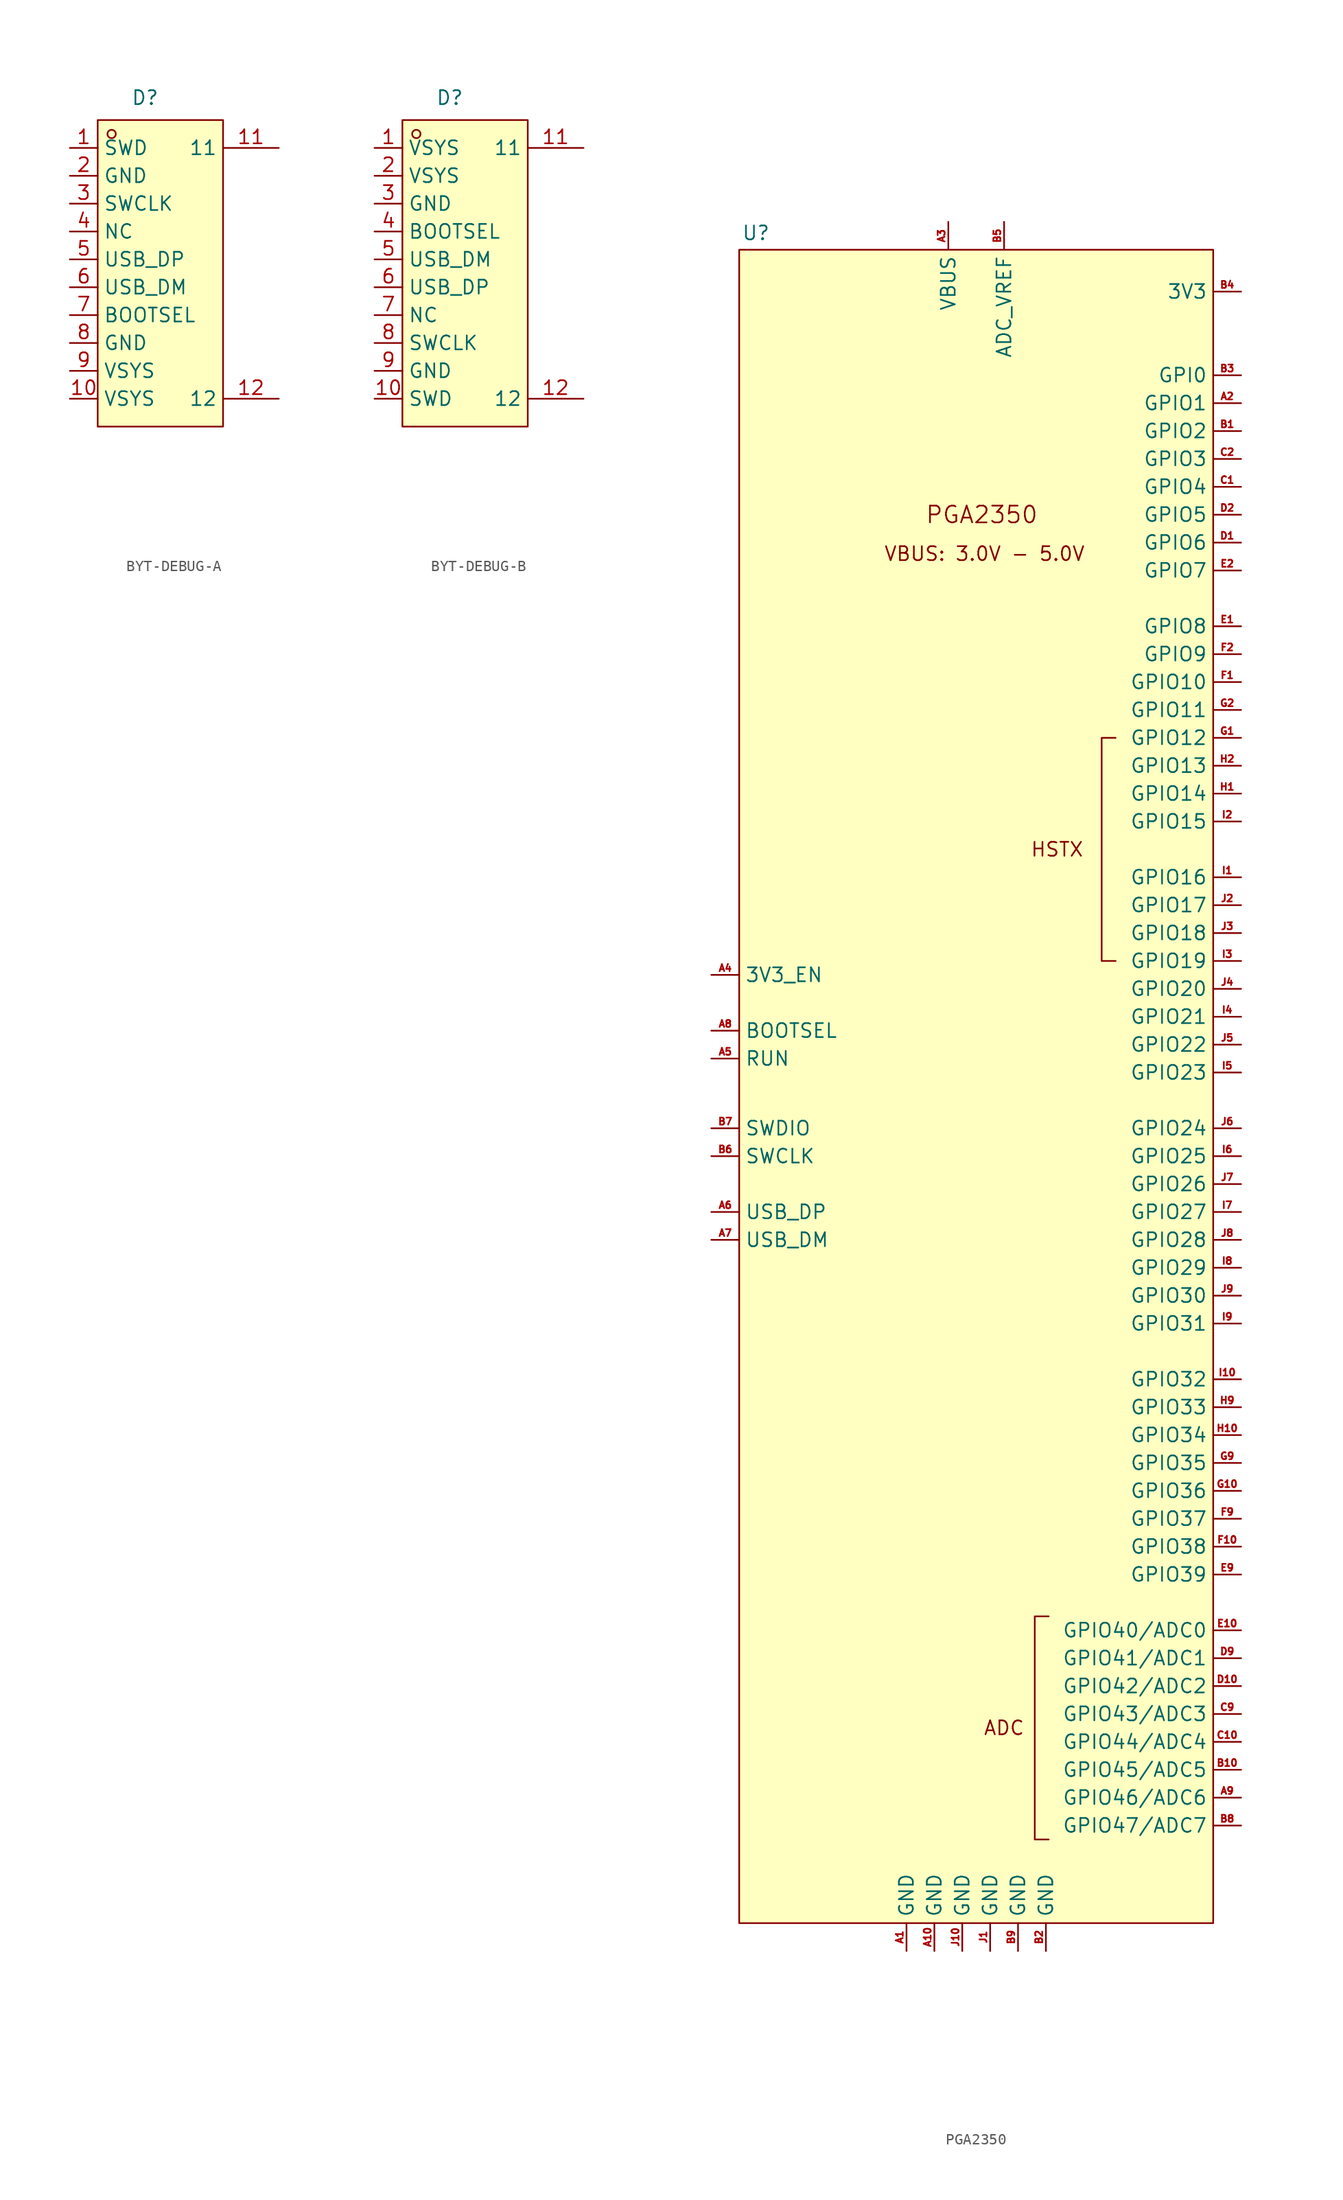
<source format=kicad_sym>
(kicad_symbol_lib
  (version 20231120)
  (generator "kicad_symbol_editor")
  (generator_version "8.0")
  (symbol "BYT-DEBUG-A"
    (property "Reference" "D"
      (at -0.762 14.732 0)
      (effects (font (size 1.27 1.27))))
    (property "Value" ""
      (at 0 -22.86 0)
      (effects (font (size 1.27 1.27))))
    (property "ki_locked" ""
      (at 0 0 0)
      (effects (font (size 1.27 1.27))))
    (symbol "BYT-DEBUG-A_0_1"
      (rectangle (start -5.08 12.7) (end 6.35 -15.24) (stroke (width 0) (type default)) (fill (type background)))
      (circle (center -3.81 11.43) (radius 0.38) (stroke (width 0) (type default)) (fill (type none)))
      (pin unspecified line (at 11.43 10.16 180) (length 5.08) (name "11" (effects (font (size 1.27 1.27)))) (number "11" (effects (font (size 1.27 1.27)))))
      (pin unspecified line (at 11.43 -12.7 180) (length 5.08) (name "12" (effects (font (size 1.27 1.27)))) (number "12" (effects (font (size 1.27 1.27))))))
    (symbol "BYT-DEBUG-A_1_1"
      (pin unspecified line (at -7.62 10.16 0) (length 2.54) (name "SWD" (effects (font (size 1.27 1.27)))) (number "1" (effects (font (size 1.27 1.27)))))
      (pin unspecified line (at -7.62 -12.7 0) (length 2.54) (name "VSYS" (effects (font (size 1.27 1.27)))) (number "10" (effects (font (size 1.27 1.27)))))
      (pin unspecified line (at -7.62 7.62 0) (length 2.54) (name "GND" (effects (font (size 1.27 1.27)))) (number "2" (effects (font (size 1.27 1.27)))))
      (pin unspecified line (at -7.62 5.08 0) (length 2.54) (name "SWCLK" (effects (font (size 1.27 1.27)))) (number "3" (effects (font (size 1.27 1.27)))))
      (pin unspecified line (at -7.62 2.54 0) (length 2.54) (name "NC" (effects (font (size 1.27 1.27)))) (number "4" (effects (font (size 1.27 1.27)))))
      (pin unspecified line (at -7.62 0 0) (length 2.54) (name "USB_DP" (effects (font (size 1.27 1.27)))) (number "5" (effects (font (size 1.27 1.27)))))
      (pin unspecified line (at -7.62 -2.54 0) (length 2.54) (name "USB_DM" (effects (font (size 1.27 1.27)))) (number "6" (effects (font (size 1.27 1.27)))))
      (pin unspecified line (at -7.62 -5.08 0) (length 2.54) (name "BOOTSEL" (effects (font (size 1.27 1.27)))) (number "7" (effects (font (size 1.27 1.27)))))
      (pin unspecified line (at -7.62 -7.62 0) (length 2.54) (name "GND" (effects (font (size 1.27 1.27)))) (number "8" (effects (font (size 1.27 1.27)))))
      (pin unspecified line (at -7.62 -10.16 0) (length 2.54) (name "VSYS" (effects (font (size 1.27 1.27)))) (number "9" (effects (font (size 1.27 1.27)))))))
  (symbol "BYT-DEBUG-B"
    (property "Reference" "D"
      (at -0.762 14.732 0)
      (effects (font (size 1.27 1.27))))
    (property "Value" ""
      (at 0 -22.86 0)
      (effects (font (size 1.27 1.27))))
    (property "ki_locked" ""
      (at 0 0 0)
      (effects (font (size 1.27 1.27))))
    (symbol "BYT-DEBUG-B_0_1"
      (rectangle (start -5.08 12.7) (end 6.35 -15.24) (stroke (width 0) (type default)) (fill (type background)))
      (circle (center -3.81 11.43) (radius 0.38) (stroke (width 0) (type default)) (fill (type none)))
      (pin unspecified line (at 11.43 10.16 180) (length 5.08) (name "11" (effects (font (size 1.27 1.27)))) (number "11" (effects (font (size 1.27 1.27)))))
      (pin unspecified line (at 11.43 -12.7 180) (length 5.08) (name "12" (effects (font (size 1.27 1.27)))) (number "12" (effects (font (size 1.27 1.27))))))
    (symbol "BYT-DEBUG-B_1_1"
      (pin unspecified line (at -7.62 10.16 0) (length 2.54) (name "VSYS" (effects (font (size 1.27 1.27)))) (number "1" (effects (font (size 1.27 1.27)))))
      (pin unspecified line (at -7.62 -12.7 0) (length 2.54) (name "SWD" (effects (font (size 1.27 1.27)))) (number "10" (effects (font (size 1.27 1.27)))))
      (pin unspecified line (at -7.62 7.62 0) (length 2.54) (name "VSYS" (effects (font (size 1.27 1.27)))) (number "2" (effects (font (size 1.27 1.27)))))
      (pin unspecified line (at -7.62 5.08 0) (length 2.54) (name "GND" (effects (font (size 1.27 1.27)))) (number "3" (effects (font (size 1.27 1.27)))))
      (pin unspecified line (at -7.62 2.54 0) (length 2.54) (name "BOOTSEL" (effects (font (size 1.27 1.27)))) (number "4" (effects (font (size 1.27 1.27)))))
      (pin unspecified line (at -7.62 0 0) (length 2.54) (name "USB_DM" (effects (font (size 1.27 1.27)))) (number "5" (effects (font (size 1.27 1.27)))))
      (pin unspecified line (at -7.62 -2.54 0) (length 2.54) (name "USB_DP" (effects (font (size 1.27 1.27)))) (number "6" (effects (font (size 1.27 1.27)))))
      (pin unspecified line (at -7.62 -5.08 0) (length 2.54) (name "NC" (effects (font (size 1.27 1.27)))) (number "7" (effects (font (size 1.27 1.27)))))
      (pin unspecified line (at -7.62 -7.62 0) (length 2.54) (name "SWCLK" (effects (font (size 1.27 1.27)))) (number "8" (effects (font (size 1.27 1.27)))))
      (pin unspecified line (at -7.62 -10.16 0) (length 2.54) (name "GND" (effects (font (size 1.27 1.27)))) (number "9" (effects (font (size 1.27 1.27)))))))
  (symbol "PGA2350"
    (property "Reference" "U"
      (at -20.066 77.724 0)
      (effects (font (size 1.27 1.27))))
    (property "Value" ""
      (at 10.414 58.166 0)
      (effects (font (size 1.27 1.27))))
    (symbol "PGA2350_0_1"
      (polyline (pts (xy 6.604 -68.58) (xy 5.334 -68.58) (xy 5.334 -48.26) (xy 6.604 -48.26)) (stroke (width 0) (type default)) (fill (type none)))
      (polyline (pts (xy 12.7 31.75) (xy 11.43 31.75) (xy 11.43 11.43) (xy 12.7 11.43)) (stroke (width 0) (type default)) (fill (type none))))
    (symbol "PGA2350_1_0"
      (pin power_in line (at -6.35 -78.74 90) (length 2.54) (name "GND" (effects (font (size 1.27 1.27)))) (number "A1" (effects (font (size 0.635 0.635)))))
      (pin power_in line (at -3.81 -78.74 90) (length 2.54) (name "GND" (effects (font (size 1.27 1.27)))) (number "A10" (effects (font (size 0.635 0.635)))))
      (pin bidirectional line (at 24.13 62.23 180) (length 2.54) (name "GPIO1" (effects (font (size 1.27 1.27)))) (number "A2" (effects (font (size 0.635 0.635)))))
      (pin power_in line (at -2.54 78.74 270) (length 2.54) (name "VBUS" (effects (font (size 1.27 1.27)))) (number "A3" (effects (font (size 0.635 0.635)))))
      (pin input line (at -24.13 10.16 0) (length 2.54) (name "3V3_EN" (effects (font (size 1.27 1.27)))) (number "A4" (effects (font (size 0.635 0.635)))))
      (pin input line (at -24.13 2.54 0) (length 2.54) (name "RUN" (effects (font (size 1.27 1.27)))) (number "A5" (effects (font (size 0.635 0.635)))))
      (pin bidirectional line (at -24.13 -11.43 0) (length 2.54) (name "USB_DP" (effects (font (size 1.27 1.27)))) (number "A6" (effects (font (size 0.635 0.635)))))
      (pin bidirectional line (at -24.13 -13.97 0) (length 2.54) (name "USB_DM" (effects (font (size 1.27 1.27)))) (number "A7" (effects (font (size 0.635 0.635)))))
      (pin input line (at -24.13 5.08 0) (length 2.54) (name "BOOTSEL" (effects (font (size 1.27 1.27)))) (number "A8" (effects (font (size 0.635 0.635)))))
      (pin bidirectional line (at 24.13 -64.77 180) (length 2.54) (name "GPIO46/ADC6" (effects (font (size 1.27 1.27)))) (number "A9" (effects (font (size 0.635 0.635)))))
      (pin bidirectional line (at 24.13 59.69 180) (length 2.54) (name "GPIO2" (effects (font (size 1.27 1.27)))) (number "B1" (effects (font (size 0.635 0.635)))))
      (pin bidirectional line (at 24.13 -62.23 180) (length 2.54) (name "GPIO45/ADC5" (effects (font (size 1.27 1.27)))) (number "B10" (effects (font (size 0.635 0.635)))))
      (pin power_in line (at 6.35 -78.74 90) (length 2.54) (name "GND" (effects (font (size 1.27 1.27)))) (number "B2" (effects (font (size 0.635 0.635)))))
      (pin power_out line (at 24.13 72.39 180) (length 2.54) (name "3V3" (effects (font (size 1.27 1.27)))) (number "B4" (effects (font (size 0.635 0.635)))))
      (pin power_in line (at 2.54 78.74 270) (length 2.54) (name "ADC_VREF" (effects (font (size 1.27 1.27)))) (number "B5" (effects (font (size 0.635 0.635)))))
      (pin input line (at -24.13 -6.35 0) (length 2.54) (name "SWCLK" (effects (font (size 1.27 1.27)))) (number "B6" (effects (font (size 0.635 0.635)))))
      (pin bidirectional line (at -24.13 -3.81 0) (length 2.54) (name "SWDIO" (effects (font (size 1.27 1.27)))) (number "B7" (effects (font (size 0.635 0.635)))))
      (pin input line (at 24.13 -67.31 180) (length 2.54) (name "GPIO47/ADC7" (effects (font (size 1.27 1.27)))) (number "B8" (effects (font (size 0.635 0.635)))))
      (pin power_in line (at 3.81 -78.74 90) (length 2.54) (name "GND" (effects (font (size 1.27 1.27)))) (number "B9" (effects (font (size 0.635 0.635)))))
      (pin bidirectional line (at 24.13 54.61 180) (length 2.54) (name "GPIO4" (effects (font (size 1.27 1.27)))) (number "C1" (effects (font (size 0.635 0.635)))))
      (pin bidirectional line (at 24.13 -59.69 180) (length 2.54) (name "GPIO44/ADC4" (effects (font (size 1.27 1.27)))) (number "C10" (effects (font (size 0.635 0.635)))))
      (pin bidirectional line (at 24.13 57.15 180) (length 2.54) (name "GPIO3" (effects (font (size 1.27 1.27)))) (number "C2" (effects (font (size 0.635 0.635)))))
      (pin bidirectional line (at 24.13 -57.15 180) (length 2.54) (name "GPIO43/ADC3" (effects (font (size 1.27 1.27)))) (number "C9" (effects (font (size 0.635 0.635)))))
      (pin bidirectional line (at 24.13 49.53 180) (length 2.54) (name "GPIO6" (effects (font (size 1.27 1.27)))) (number "D1" (effects (font (size 0.635 0.635)))))
      (pin bidirectional line (at 24.13 -54.61 180) (length 2.54) (name "GPIO42/ADC2" (effects (font (size 1.27 1.27)))) (number "D10" (effects (font (size 0.635 0.635)))))
      (pin bidirectional line (at 24.13 52.07 180) (length 2.54) (name "GPIO5" (effects (font (size 1.27 1.27)))) (number "D2" (effects (font (size 0.635 0.635)))))
      (pin bidirectional line (at 24.13 -52.07 180) (length 2.54) (name "GPIO41/ADC1" (effects (font (size 1.27 1.27)))) (number "D9" (effects (font (size 0.635 0.635)))))
      (pin bidirectional line (at 24.13 41.91 180) (length 2.54) (name "GPIO8" (effects (font (size 1.27 1.27)))) (number "E1" (effects (font (size 0.635 0.635)))))
      (pin bidirectional line (at 24.13 -49.53 180) (length 2.54) (name "GPIO40/ADC0" (effects (font (size 1.27 1.27)))) (number "E10" (effects (font (size 0.635 0.635)))))
      (pin bidirectional line (at 24.13 46.99 180) (length 2.54) (name "GPIO7" (effects (font (size 1.27 1.27)))) (number "E2" (effects (font (size 0.635 0.635)))))
      (pin bidirectional line (at 24.13 -44.45 180) (length 2.54) (name "GPIO39" (effects (font (size 1.27 1.27)))) (number "E9" (effects (font (size 0.635 0.635)))))
      (pin bidirectional line (at 24.13 36.83 180) (length 2.54) (name "GPIO10" (effects (font (size 1.27 1.27)))) (number "F1" (effects (font (size 0.635 0.635)))))
      (pin bidirectional line (at 24.13 -41.91 180) (length 2.54) (name "GPIO38" (effects (font (size 1.27 1.27)))) (number "F10" (effects (font (size 0.635 0.635)))))
      (pin bidirectional line (at 24.13 39.37 180) (length 2.54) (name "GPIO9" (effects (font (size 1.27 1.27)))) (number "F2" (effects (font (size 0.635 0.635)))))
      (pin bidirectional line (at 24.13 -39.37 180) (length 2.54) (name "GPIO37" (effects (font (size 1.27 1.27)))) (number "F9" (effects (font (size 0.635 0.635)))))
      (pin bidirectional line (at 24.13 31.75 180) (length 2.54) (name "GPIO12" (effects (font (size 1.27 1.27)))) (number "G1" (effects (font (size 0.635 0.635)))))
      (pin bidirectional line (at 24.13 -36.83 180) (length 2.54) (name "GPIO36" (effects (font (size 1.27 1.27)))) (number "G10" (effects (font (size 0.635 0.635)))))
      (pin bidirectional line (at 24.13 34.29 180) (length 2.54) (name "GPIO11" (effects (font (size 1.27 1.27)))) (number "G2" (effects (font (size 0.635 0.635)))))
      (pin bidirectional line (at 24.13 -34.29 180) (length 2.54) (name "GPIO35" (effects (font (size 1.27 1.27)))) (number "G9" (effects (font (size 0.635 0.635)))))
      (pin bidirectional line (at 24.13 26.67 180) (length 2.54) (name "GPIO14" (effects (font (size 1.27 1.27)))) (number "H1" (effects (font (size 0.635 0.635)))))
      (pin bidirectional line (at 24.13 -31.75 180) (length 2.54) (name "GPIO34" (effects (font (size 1.27 1.27)))) (number "H10" (effects (font (size 0.635 0.635)))))
      (pin bidirectional line (at 24.13 29.21 180) (length 2.54) (name "GPIO13" (effects (font (size 1.27 1.27)))) (number "H2" (effects (font (size 0.635 0.635)))))
      (pin bidirectional line (at 24.13 -29.21 180) (length 2.54) (name "GPIO33" (effects (font (size 1.27 1.27)))) (number "H9" (effects (font (size 0.635 0.635)))))
      (pin bidirectional line (at 24.13 19.05 180) (length 2.54) (name "GPIO16" (effects (font (size 1.27 1.27)))) (number "I1" (effects (font (size 0.635 0.635)))))
      (pin bidirectional line (at 24.13 -26.67 180) (length 2.54) (name "GPIO32" (effects (font (size 1.27 1.27)))) (number "I10" (effects (font (size 0.635 0.635)))))
      (pin bidirectional line (at 24.13 24.13 180) (length 2.54) (name "GPIO15" (effects (font (size 1.27 1.27)))) (number "I2" (effects (font (size 0.635 0.635)))))
      (pin bidirectional line (at 24.13 11.43 180) (length 2.54) (name "GPIO19" (effects (font (size 1.27 1.27)))) (number "I3" (effects (font (size 0.635 0.635)))))
      (pin bidirectional line (at 24.13 6.35 180) (length 2.54) (name "GPIO21" (effects (font (size 1.27 1.27)))) (number "I4" (effects (font (size 0.635 0.635)))))
      (pin bidirectional line (at 24.13 1.27 180) (length 2.54) (name "GPIO23" (effects (font (size 1.27 1.27)))) (number "I5" (effects (font (size 0.635 0.635)))))
      (pin bidirectional line (at 24.13 -6.35 180) (length 2.54) (name "GPIO25" (effects (font (size 1.27 1.27)))) (number "I6" (effects (font (size 0.635 0.635)))))
      (pin bidirectional line (at 24.13 -11.43 180) (length 2.54) (name "GPIO27" (effects (font (size 1.27 1.27)))) (number "I7" (effects (font (size 0.635 0.635)))))
      (pin bidirectional line (at 24.13 -16.51 180) (length 2.54) (name "GPIO29" (effects (font (size 1.27 1.27)))) (number "I8" (effects (font (size 0.635 0.635)))))
      (pin bidirectional line (at 24.13 -21.59 180) (length 2.54) (name "GPIO31" (effects (font (size 1.27 1.27)))) (number "I9" (effects (font (size 0.635 0.635)))))
      (pin power_in line (at 1.27 -78.74 90) (length 2.54) (name "GND" (effects (font (size 1.27 1.27)))) (number "J1" (effects (font (size 0.635 0.635)))))
      (pin power_in line (at -1.27 -78.74 90) (length 2.54) (name "GND" (effects (font (size 1.27 1.27)))) (number "J10" (effects (font (size 0.635 0.635)))))
      (pin bidirectional line (at 24.13 16.51 180) (length 2.54) (name "GPIO17" (effects (font (size 1.27 1.27)))) (number "J2" (effects (font (size 0.635 0.635)))))
      (pin bidirectional line (at 24.13 13.97 180) (length 2.54) (name "GPIO18" (effects (font (size 1.27 1.27)))) (number "J3" (effects (font (size 0.635 0.635)))))
      (pin bidirectional line (at 24.13 8.89 180) (length 2.54) (name "GPIO20" (effects (font (size 1.27 1.27)))) (number "J4" (effects (font (size 0.635 0.635)))))
      (pin bidirectional line (at 24.13 3.81 180) (length 2.54) (name "GPIO22" (effects (font (size 1.27 1.27)))) (number "J5" (effects (font (size 0.635 0.635)))))
      (pin bidirectional line (at 24.13 -3.81 180) (length 2.54) (name "GPIO24" (effects (font (size 1.27 1.27)))) (number "J6" (effects (font (size 0.635 0.635)))))
      (pin bidirectional line (at 24.13 -8.89 180) (length 2.54) (name "GPIO26" (effects (font (size 1.27 1.27)))) (number "J7" (effects (font (size 0.635 0.635)))))
      (pin bidirectional line (at 24.13 -13.97 180) (length 2.54) (name "GPIO28" (effects (font (size 1.27 1.27)))) (number "J8" (effects (font (size 0.635 0.635)))))
      (pin bidirectional line (at 24.13 -19.05 180) (length 2.54) (name "GPIO30" (effects (font (size 1.27 1.27)))) (number "J9" (effects (font (size 0.635 0.635))))))
    (symbol "PGA2350_1_1"
      (rectangle (start -21.59 76.2) (end 21.59 -76.2) (stroke (width 0) (type default)) (fill (type background)))
      (text "ADC" (at 2.54 -58.42 0) (effects (font (size 1.27 1.27))))
      (text "HSTX" (at 7.366 21.59 0) (effects (font (size 1.27 1.27))))
      (text "PGA2350" (at 0.508 52.07 0) (effects (font (size 1.524 1.524))))
      (text "VBUS: 3.0V - 5.0V" (at 0.762 48.514 0) (effects (font (size 1.27 1.27))))
      (pin bidirectional line (at 24.13 64.77 180) (length 2.54) (name "GPI0" (effects (font (size 1.27 1.27)))) (number "B3" (effects (font (size 0.635 0.635))))))))
</source>
